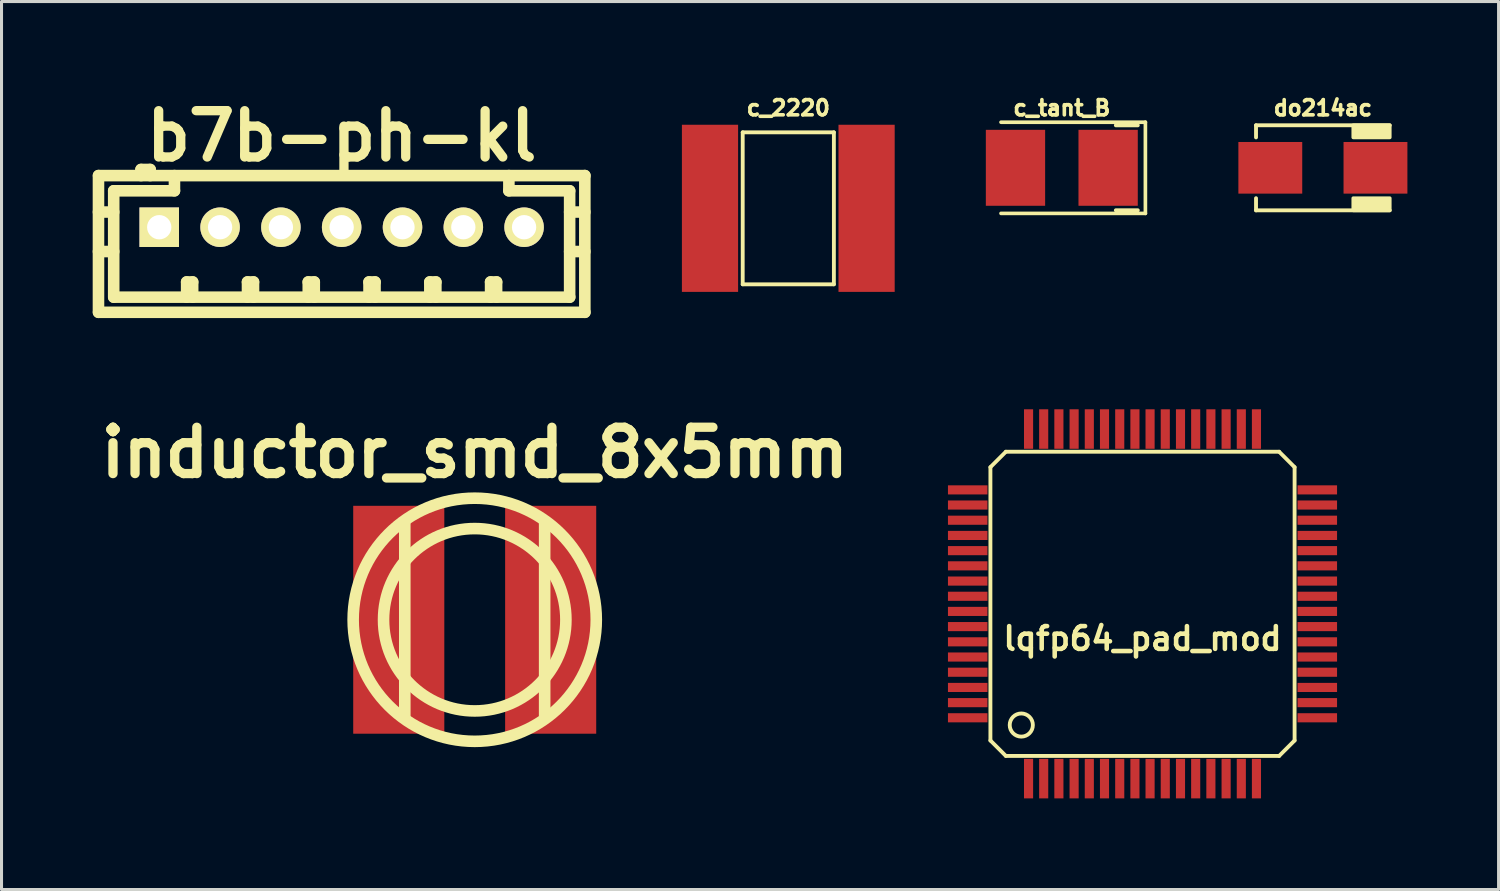
<source format=kicad_pcb>
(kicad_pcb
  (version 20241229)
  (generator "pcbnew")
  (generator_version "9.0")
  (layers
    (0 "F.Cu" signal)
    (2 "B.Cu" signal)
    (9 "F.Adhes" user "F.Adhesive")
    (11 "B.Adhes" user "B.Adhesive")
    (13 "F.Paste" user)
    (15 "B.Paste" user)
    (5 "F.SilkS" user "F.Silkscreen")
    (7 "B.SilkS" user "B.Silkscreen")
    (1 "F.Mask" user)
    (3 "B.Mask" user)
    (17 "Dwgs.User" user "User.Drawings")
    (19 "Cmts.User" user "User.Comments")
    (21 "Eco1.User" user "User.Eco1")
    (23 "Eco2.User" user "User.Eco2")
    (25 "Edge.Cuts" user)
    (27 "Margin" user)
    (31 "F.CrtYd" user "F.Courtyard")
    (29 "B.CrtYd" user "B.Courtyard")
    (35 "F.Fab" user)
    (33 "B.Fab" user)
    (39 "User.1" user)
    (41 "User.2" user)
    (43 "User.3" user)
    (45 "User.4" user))
  (footprint "do214ac"
    (layer "F.Cu")
    (at 40.475 2.471)
    (property "Reference" "do214ac" (at 0 -1.968 0) (layer "F.SilkS") (effects (font (size 0.5 0.5) (thickness 0.119))))
    (attr smd)
    (fp_line (start -2.2 -1.4) (end -2.2 -1) (stroke (width 0.127) (type solid)) (layer "F.SilkS"))
    (fp_line (start -2.2 1) (end -2.2 1.4) (stroke (width 0.127) (type solid)) (layer "F.SilkS"))
    (fp_line (start -2.2 1.4) (end 2.2 1.4) (stroke (width 0.127) (type solid)) (layer "F.SilkS"))
    (fp_line (start 2.2 -1.4) (end -2.2 -1.4) (stroke (width 0.127) (type solid)) (layer "F.SilkS"))
    (fp_rect (start 1 -1.4) (end 2.2 -1) (stroke (width 0.12) (type solid)) (fill yes) (layer "F.SilkS"))
    (fp_rect (start 1 1) (end 2.2 1.4) (stroke (width 0.12) (type solid)) (fill yes) (layer "F.SilkS"))
    (pad "1" smd rect (at -1.73 0) (size 2.101 1.699) (layers "F.Cu" "F.Mask" "F.Paste"))
    (pad "2" smd rect (at 1.73 0) (size 2.101 1.699) (layers "F.Cu" "F.Mask" "F.Paste")))
  (footprint "lqfp64_pad_mod"
    (layer "F.Cu")
    (at 34.54 16.817)
    (property "Reference" "lqfp64_pad_mod" (at 0 1.143 0) (layer "F.SilkS") (effects (font (size 0.749 0.749) (thickness 0.15))))
    (attr through_hole)
    (fp_line (start -5.004 -4.496) (end -4.496 -5.004) (stroke (width 0.127) (type solid)) (layer "F.SilkS"))
    (fp_line (start -5.004 4.496) (end -5.004 -4.496) (stroke (width 0.127) (type solid)) (layer "F.SilkS"))
    (fp_line (start -4.496 -5.004) (end 4.496 -5.004) (stroke (width 0.127) (type solid)) (layer "F.SilkS"))
    (fp_line (start -4.496 5.004) (end -5.004 4.496) (stroke (width 0.127) (type solid)) (layer "F.SilkS"))
    (fp_line (start 4.496 -5.004) (end 5.004 -4.496) (stroke (width 0.127) (type solid)) (layer "F.SilkS"))
    (fp_line (start 4.496 5.004) (end -4.496 5.004) (stroke (width 0.127) (type solid)) (layer "F.SilkS"))
    (fp_line (start 5.004 4.496) (end 4.496 5.004) (stroke (width 0.127) (type solid)) (layer "F.SilkS"))
    (fp_line (start 5.004 4.496) (end 5.004 -4.496) (stroke (width 0.127) (type solid)) (layer "F.SilkS"))
    (fp_circle (center -3.988 3.988) (end -4.216 4.293) (stroke (width 0.127) (type solid)) (fill no) (layer "F.SilkS"))
    (pad "1" smd rect (at -3.749 5.751) (size 0.3 1.3) (layers "F.Cu" "F.Mask" "F.Paste"))
    (pad "2" smd rect (at -3.251 5.751) (size 0.3 1.3) (layers "F.Cu" "F.Mask" "F.Paste"))
    (pad "3" smd rect (at -2.751 5.751) (size 0.3 1.3) (layers "F.Cu" "F.Mask" "F.Paste"))
    (pad "4" smd rect (at -2.25 5.751) (size 0.3 1.3) (layers "F.Cu" "F.Mask" "F.Paste"))
    (pad "5" smd rect (at -1.75 5.751) (size 0.3 1.3) (layers "F.Cu" "F.Mask" "F.Paste"))
    (pad "6" smd rect (at -1.25 5.751) (size 0.3 1.3) (layers "F.Cu" "F.Mask" "F.Paste"))
    (pad "7" smd rect (at -0.749 5.751) (size 0.3 1.3) (layers "F.Cu" "F.Mask" "F.Paste"))
    (pad "8" smd rect (at -0.249 5.751) (size 0.3 1.3) (layers "F.Cu" "F.Mask" "F.Paste"))
    (pad "9" smd rect (at 0.249 5.751) (size 0.3 1.3) (layers "F.Cu" "F.Mask" "F.Paste"))
    (pad "10" smd rect (at 0.749 5.751) (size 0.3 1.3) (layers "F.Cu" "F.Mask" "F.Paste"))
    (pad "11" smd rect (at 1.25 5.751) (size 0.3 1.3) (layers "F.Cu" "F.Mask" "F.Paste"))
    (pad "12" smd rect (at 1.75 5.751) (size 0.3 1.3) (layers "F.Cu" "F.Mask" "F.Paste"))
    (pad "13" smd rect (at 2.25 5.751) (size 0.3 1.3) (layers "F.Cu" "F.Mask" "F.Paste"))
    (pad "14" smd rect (at 2.751 5.751) (size 0.3 1.3) (layers "F.Cu" "F.Mask" "F.Paste"))
    (pad "15" smd rect (at 3.251 5.751) (size 0.3 1.3) (layers "F.Cu" "F.Mask" "F.Paste"))
    (pad "16" smd rect (at 3.749 5.751) (size 0.3 1.3) (layers "F.Cu" "F.Mask" "F.Paste"))
    (pad "17" smd rect (at 5.751 3.749) (size 1.3 0.3) (layers "F.Cu" "F.Mask" "F.Paste"))
    (pad "18" smd rect (at 5.751 3.251) (size 1.3 0.3) (layers "F.Cu" "F.Mask" "F.Paste"))
    (pad "19" smd rect (at 5.751 2.751) (size 1.3 0.3) (layers "F.Cu" "F.Mask" "F.Paste"))
    (pad "20" smd rect (at 5.751 2.25) (size 1.3 0.3) (layers "F.Cu" "F.Mask" "F.Paste"))
    (pad "21" smd rect (at 5.751 1.75) (size 1.3 0.3) (layers "F.Cu" "F.Mask" "F.Paste"))
    (pad "22" smd rect (at 5.751 1.25) (size 1.3 0.3) (layers "F.Cu" "F.Mask" "F.Paste"))
    (pad "23" smd rect (at 5.751 0.749) (size 1.3 0.3) (layers "F.Cu" "F.Mask" "F.Paste"))
    (pad "24" smd rect (at 5.751 0.249) (size 1.3 0.3) (layers "F.Cu" "F.Mask" "F.Paste"))
    (pad "25" smd rect (at 5.751 -0.249) (size 1.3 0.3) (layers "F.Cu" "F.Mask" "F.Paste"))
    (pad "26" smd rect (at 5.751 -0.749) (size 1.3 0.3) (layers "F.Cu" "F.Mask" "F.Paste"))
    (pad "27" smd rect (at 5.751 -1.25) (size 1.3 0.3) (layers "F.Cu" "F.Mask" "F.Paste"))
    (pad "28" smd rect (at 5.751 -1.75) (size 1.3 0.3) (layers "F.Cu" "F.Mask" "F.Paste"))
    (pad "29" smd rect (at 5.751 -2.25) (size 1.3 0.3) (layers "F.Cu" "F.Mask" "F.Paste"))
    (pad "30" smd rect (at 5.751 -2.751) (size 1.3 0.3) (layers "F.Cu" "F.Mask" "F.Paste"))
    (pad "31" smd rect (at 5.751 -3.251) (size 1.3 0.3) (layers "F.Cu" "F.Mask" "F.Paste"))
    (pad "32" smd rect (at 5.751 -3.749) (size 1.3 0.3) (layers "F.Cu" "F.Mask" "F.Paste"))
    (pad "33" smd rect (at 3.749 -5.751) (size 0.3 1.3) (layers "F.Cu" "F.Mask" "F.Paste"))
    (pad "34" smd rect (at 3.251 -5.751) (size 0.3 1.3) (layers "F.Cu" "F.Mask" "F.Paste"))
    (pad "35" smd rect (at 2.751 -5.751) (size 0.3 1.3) (layers "F.Cu" "F.Mask" "F.Paste"))
    (pad "36" smd rect (at 2.25 -5.751) (size 0.3 1.3) (layers "F.Cu" "F.Mask" "F.Paste"))
    (pad "37" smd rect (at 1.75 -5.751) (size 0.3 1.3) (layers "F.Cu" "F.Mask" "F.Paste"))
    (pad "38" smd rect (at 1.25 -5.751) (size 0.3 1.3) (layers "F.Cu" "F.Mask" "F.Paste"))
    (pad "39" smd rect (at 0.749 -5.751) (size 0.3 1.3) (layers "F.Cu" "F.Mask" "F.Paste"))
    (pad "40" smd rect (at 0.249 -5.751) (size 0.3 1.3) (layers "F.Cu" "F.Mask" "F.Paste"))
    (pad "41" smd rect (at -0.249 -5.751) (size 0.3 1.3) (layers "F.Cu" "F.Mask" "F.Paste"))
    (pad "42" smd rect (at -0.749 -5.751) (size 0.3 1.3) (layers "F.Cu" "F.Mask" "F.Paste"))
    (pad "43" smd rect (at -1.25 -5.751) (size 0.3 1.3) (layers "F.Cu" "F.Mask" "F.Paste"))
    (pad "44" smd rect (at -1.75 -5.751) (size 0.3 1.3) (layers "F.Cu" "F.Mask" "F.Paste"))
    (pad "45" smd rect (at -2.25 -5.751) (size 0.3 1.3) (layers "F.Cu" "F.Mask" "F.Paste"))
    (pad "46" smd rect (at -2.751 -5.751) (size 0.3 1.3) (layers "F.Cu" "F.Mask" "F.Paste"))
    (pad "47" smd rect (at -3.251 -5.751) (size 0.3 1.3) (layers "F.Cu" "F.Mask" "F.Paste"))
    (pad "48" smd rect (at -3.749 -5.751) (size 0.3 1.3) (layers "F.Cu" "F.Mask" "F.Paste"))
    (pad "49" smd rect (at -5.751 -3.749) (size 1.3 0.3) (layers "F.Cu" "F.Mask" "F.Paste"))
    (pad "50" smd rect (at -5.751 -3.251) (size 1.3 0.3) (layers "F.Cu" "F.Mask" "F.Paste"))
    (pad "51" smd rect (at -5.751 -2.751) (size 1.3 0.3) (layers "F.Cu" "F.Mask" "F.Paste"))
    (pad "52" smd rect (at -5.751 -2.25) (size 1.3 0.3) (layers "F.Cu" "F.Mask" "F.Paste"))
    (pad "53" smd rect (at -5.751 -1.75) (size 1.3 0.3) (layers "F.Cu" "F.Mask" "F.Paste"))
    (pad "54" smd rect (at -5.751 -1.25) (size 1.3 0.3) (layers "F.Cu" "F.Mask" "F.Paste"))
    (pad "55" smd rect (at -5.751 -0.749) (size 1.3 0.3) (layers "F.Cu" "F.Mask" "F.Paste"))
    (pad "56" smd rect (at -5.751 -0.249) (size 1.3 0.3) (layers "F.Cu" "F.Mask" "F.Paste"))
    (pad "57" smd rect (at -5.751 0.249) (size 1.3 0.3) (layers "F.Cu" "F.Mask" "F.Paste"))
    (pad "58" smd rect (at -5.751 0.749) (size 1.3 0.3) (layers "F.Cu" "F.Mask" "F.Paste"))
    (pad "59" smd rect (at -5.751 1.25) (size 1.3 0.3) (layers "F.Cu" "F.Mask" "F.Paste"))
    (pad "60" smd rect (at -5.751 1.75) (size 1.3 0.3) (layers "F.Cu" "F.Mask" "F.Paste"))
    (pad "61" smd rect (at -5.751 2.25) (size 1.3 0.3) (layers "F.Cu" "F.Mask" "F.Paste"))
    (pad "62" smd rect (at -5.751 2.751) (size 1.3 0.3) (layers "F.Cu" "F.Mask" "F.Paste"))
    (pad "63" smd rect (at -5.751 3.251) (size 1.3 0.3) (layers "F.Cu" "F.Mask" "F.Paste"))
    (pad "64" smd rect (at -5.751 3.749) (size 1.3 0.3) (layers "F.Cu" "F.Mask" "F.Paste")))
  (footprint "b7b-ph-kl"
    (layer "F.Cu")
    (at 8.194 4.426)
    (property "Reference" "b7b-ph-kl" (at 0 -3 0) (layer "F.SilkS") (effects (font (size 1.524 1.524) (thickness 0.305))))
    (attr through_hole)
    (fp_line (start -8.004 -1.699) (end -8.004 2.799) (stroke (width 0.381) (type solid)) (layer "F.SilkS"))
    (fp_line (start -8.001 -1.699) (end 8.001 -1.699) (stroke (width 0.381) (type solid)) (layer "F.SilkS"))
    (fp_line (start -8.001 2.799) (end 8.001 2.799) (stroke (width 0.381) (type solid)) (layer "F.SilkS"))
    (fp_line (start -7.503 -1.199) (end -7.503 2.301) (stroke (width 0.381) (type solid)) (layer "F.SilkS"))
    (fp_line (start -7.503 -0.5) (end -8.004 -0.5) (stroke (width 0.381) (type solid)) (layer "F.SilkS"))
    (fp_line (start -7.503 0.8) (end -8.004 0.8) (stroke (width 0.381) (type solid)) (layer "F.SilkS"))
    (fp_line (start -6.604 -1.9) (end -6.604 -1.699) (stroke (width 0.381) (type solid)) (layer "F.SilkS"))
    (fp_line (start -6.304 -1.9) (end -6.604 -1.9) (stroke (width 0.381) (type solid)) (layer "F.SilkS"))
    (fp_line (start -6.304 -1.699) (end -6.304 -1.9) (stroke (width 0.381) (type solid)) (layer "F.SilkS"))
    (fp_line (start -5.504 -1.699) (end -5.504 -1.199) (stroke (width 0.381) (type solid)) (layer "F.SilkS"))
    (fp_line (start -5.504 -1.199) (end -7.503 -1.199) (stroke (width 0.381) (type solid)) (layer "F.SilkS"))
    (fp_line (start -5.103 1.801) (end -4.905 1.801) (stroke (width 0.381) (type solid)) (layer "F.SilkS"))
    (fp_line (start -5.103 2.301) (end -5.103 1.801) (stroke (width 0.381) (type solid)) (layer "F.SilkS"))
    (fp_line (start -4.905 1.801) (end -4.905 2.301) (stroke (width 0.381) (type solid)) (layer "F.SilkS"))
    (fp_line (start -3.101 1.801) (end -2.903 1.801) (stroke (width 0.381) (type solid)) (layer "F.SilkS"))
    (fp_line (start -3.101 2.301) (end -3.101 1.801) (stroke (width 0.381) (type solid)) (layer "F.SilkS"))
    (fp_line (start -2.903 1.801) (end -2.903 2.301) (stroke (width 0.381) (type solid)) (layer "F.SilkS"))
    (fp_line (start -1.102 1.801) (end -0.904 1.801) (stroke (width 0.381) (type solid)) (layer "F.SilkS"))
    (fp_line (start -1.102 2.301) (end -1.102 1.801) (stroke (width 0.381) (type solid)) (layer "F.SilkS"))
    (fp_line (start -0.904 1.801) (end -0.904 2.301) (stroke (width 0.381) (type solid)) (layer "F.SilkS"))
    (fp_line (start 0.897 1.801) (end 1.095 1.801) (stroke (width 0.381) (type solid)) (layer "F.SilkS"))
    (fp_line (start 0.897 2.301) (end 0.897 1.801) (stroke (width 0.381) (type solid)) (layer "F.SilkS"))
    (fp_line (start 1.095 1.801) (end 1.095 2.301) (stroke (width 0.381) (type solid)) (layer "F.SilkS"))
    (fp_line (start 2.898 1.801) (end 3.096 1.801) (stroke (width 0.381) (type solid)) (layer "F.SilkS"))
    (fp_line (start 2.898 2.301) (end 2.898 1.801) (stroke (width 0.381) (type solid)) (layer "F.SilkS"))
    (fp_line (start 3.096 1.801) (end 3.096 2.301) (stroke (width 0.381) (type solid)) (layer "F.SilkS"))
    (fp_line (start 4.897 1.801) (end 5.095 1.801) (stroke (width 0.381) (type solid)) (layer "F.SilkS"))
    (fp_line (start 4.897 2.301) (end 4.897 1.801) (stroke (width 0.381) (type solid)) (layer "F.SilkS"))
    (fp_line (start 5.095 1.801) (end 5.095 2.301) (stroke (width 0.381) (type solid)) (layer "F.SilkS"))
    (fp_line (start 5.499 -1.199) (end 5.499 -1.699) (stroke (width 0.381) (type solid)) (layer "F.SilkS"))
    (fp_line (start 7.498 -1.199) (end 5.499 -1.199) (stroke (width 0.381) (type solid)) (layer "F.SilkS"))
    (fp_line (start 7.498 0.8) (end 7.998 0.8) (stroke (width 0.381) (type solid)) (layer "F.SilkS"))
    (fp_line (start 7.498 2.301) (end 7.498 -1.199) (stroke (width 0.381) (type solid)) (layer "F.SilkS"))
    (fp_line (start 7.501 2.301) (end -7.501 2.301) (stroke (width 0.381) (type solid)) (layer "F.SilkS"))
    (fp_line (start 7.998 -1.699) (end 7.998 2.799) (stroke (width 0.381) (type solid)) (layer "F.SilkS"))
    (fp_line (start 7.998 -0.5) (end 7.498 -0.5) (stroke (width 0.381) (type solid)) (layer "F.SilkS"))
    (pad "1" thru_hole rect (at -6.005 0) (size 1.3 1.3) (drill 0.8) (layers "*.Cu" "*.Mask" "F.SilkS"))
    (pad "2" thru_hole circle (at -4.003 0) (size 1.3 1.3) (drill 0.8) (layers "*.Cu" "*.Mask" "F.SilkS"))
    (pad "3" thru_hole circle (at -2.002 0) (size 1.3 1.3) (drill 0.8) (layers "*.Cu" "*.Mask" "F.SilkS"))
    (pad "4" thru_hole circle (at -0.003 0) (size 1.3 1.3) (drill 0.8) (layers "*.Cu" "*.Mask" "F.SilkS"))
    (pad "5" thru_hole circle (at 1.999 0) (size 1.3 1.3) (drill 0.8) (layers "*.Cu" "*.Mask" "F.SilkS"))
    (pad "6" thru_hole circle (at 4 0) (size 1.3 1.3) (drill 0.8) (layers "*.Cu" "*.Mask" "F.SilkS"))
    (pad "7" thru_hole circle (at 5.999 0) (size 1.3 1.3) (drill 0.8) (layers "*.Cu" "*.Mask" "F.SilkS")))
  (footprint "inductor_smd_8x5mm"
    (layer "F.Cu")
    (at 12.569 17.341)
    (property "Reference" "inductor_smd_8x5mm" (at 0 -5.499 0) (layer "F.SilkS") (effects (font (size 1.524 1.524) (thickness 0.305))))
    (fp_line (start -2.301 -3.2) (end -2.301 3.2) (stroke (width 0.381) (type solid)) (layer "F.SilkS"))
    (fp_line (start 2.301 3.2) (end 2.301 -3.2) (stroke (width 0.381) (type solid)) (layer "F.SilkS"))
    (fp_circle (center 0 0) (end -4 0) (stroke (width 0.381) (type solid)) (fill no) (layer "F.SilkS"))
    (fp_circle (center 0 0) (end -3 0) (stroke (width 0.381) (type solid)) (fill no) (layer "F.SilkS"))
    (pad "1" smd rect (at -2.499 0) (size 2.997 7.498) (layers "F.Cu" "F.Mask" "F.Paste"))
    (pad "2" smd rect (at 2.499 0) (size 2.997 7.498) (layers "F.Cu" "F.Mask" "F.Paste")))
  (footprint "c_tant_B"
    (layer "F.Cu")
    (at 31.885 2.471)
    (property "Reference" "c_tant_B" (at 0 -1.968 0) (layer "F.SilkS") (effects (font (size 0.5 0.5) (thickness 0.119))))
    (fp_line (start -2 -1.5) (end 2.75 -1.5) (stroke (width 0.12) (type default)) (layer "F.SilkS"))
    (fp_line (start 1.778 -1.397) (end 2.5 -1.397) (stroke (width 0.127) (type solid)) (layer "F.SilkS"))
    (fp_line (start 2.5 1.397) (end 1.778 1.397) (stroke (width 0.127) (type solid)) (layer "F.SilkS"))
    (fp_line (start 2.75 -1.5) (end 2.75 1.5) (stroke (width 0.12) (type default)) (layer "F.SilkS"))
    (fp_line (start 2.75 1.5) (end -2 1.5) (stroke (width 0.12) (type default)) (layer "F.SilkS"))
    (pad "1" smd rect (at 1.524 0) (size 1.951 2.499) (layers "F.Cu" "F.Mask" "F.Paste"))
    (pad "2" smd rect (at -1.524 0) (size 1.951 2.499) (layers "F.Cu" "F.Mask" "F.Paste")))
  (footprint "c_2220"
    (layer "F.Cu")
    (at 22.886 3.804)
    (property "Reference" "c_2220" (at 0 -3.302 0) (layer "F.SilkS") (effects (font (size 0.5 0.5) (thickness 0.119))))
    (fp_line (start -1.5 -2.5) (end -1.5 2.5) (stroke (width 0.127) (type solid)) (layer "F.SilkS"))
    (fp_line (start -1.5 -2.5) (end 1.5 -2.5) (stroke (width 0.127) (type solid)) (layer "F.SilkS"))
    (fp_line (start 1.5 -2.5) (end 1.5 2.5) (stroke (width 0.127) (type solid)) (layer "F.SilkS"))
    (fp_line (start 1.5 2.5) (end -1.5 2.5) (stroke (width 0.127) (type solid)) (layer "F.SilkS"))
    (pad "1" smd rect (at 2.576 0) (size 1.849 5.499) (layers "F.Cu" "F.Mask" "F.Paste"))
    (pad "2" smd rect (at -2.576 0) (size 1.849 5.499) (layers "F.Cu" "F.Mask" "F.Paste")))
  (gr_rect
    (start -3 -3)
    (end 46.255 26.217)
    (stroke (width 0.1) (type default))
    (fill no)
    (layer "Edge.Cuts")))
</source>
